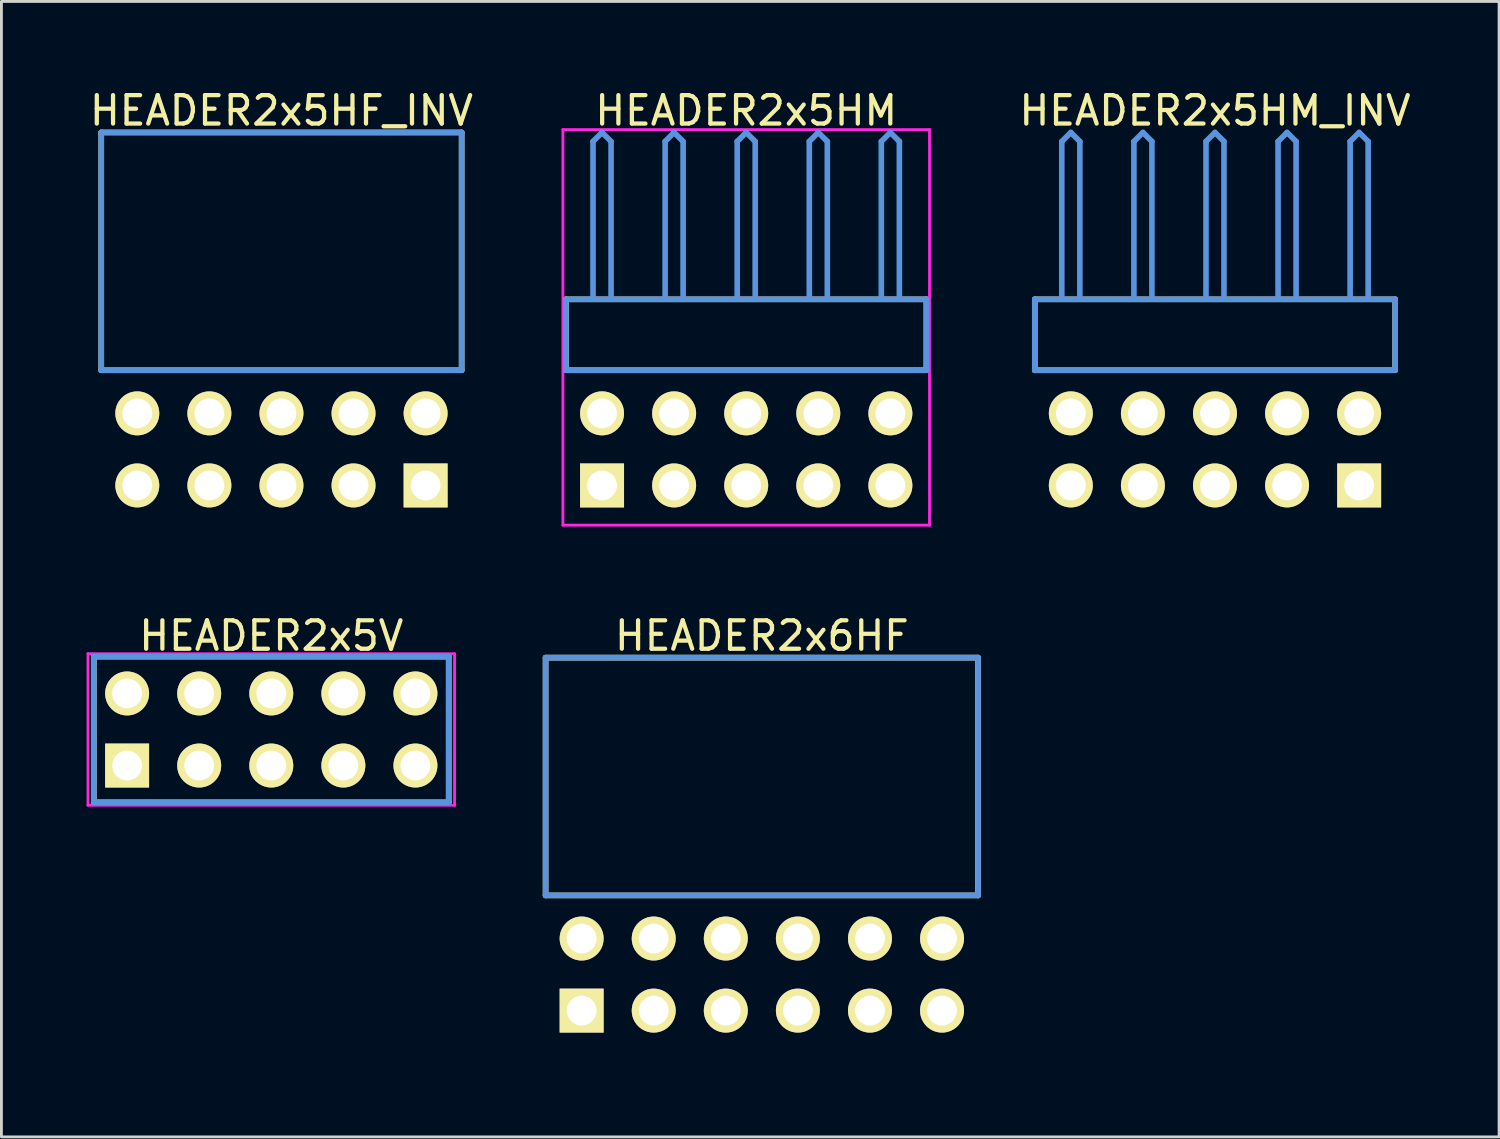
<source format=kicad_pcb>
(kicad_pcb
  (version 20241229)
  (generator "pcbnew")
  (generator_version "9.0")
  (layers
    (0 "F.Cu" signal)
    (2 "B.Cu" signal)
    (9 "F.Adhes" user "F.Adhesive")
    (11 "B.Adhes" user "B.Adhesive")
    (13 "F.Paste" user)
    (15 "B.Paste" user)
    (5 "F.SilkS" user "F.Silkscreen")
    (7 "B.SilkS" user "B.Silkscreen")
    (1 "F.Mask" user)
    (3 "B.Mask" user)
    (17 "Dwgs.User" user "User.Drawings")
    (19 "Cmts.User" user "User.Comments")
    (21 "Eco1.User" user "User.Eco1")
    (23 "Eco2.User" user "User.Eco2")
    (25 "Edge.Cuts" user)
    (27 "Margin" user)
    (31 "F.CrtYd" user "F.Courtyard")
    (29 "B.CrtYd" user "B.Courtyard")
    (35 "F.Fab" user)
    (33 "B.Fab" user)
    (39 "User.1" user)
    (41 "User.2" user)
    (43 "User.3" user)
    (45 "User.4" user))
  (footprint "HEADER2x5HF_INV"
    (layer "F.Cu")
    (at 1.788 14.056)
    (property "Reference" "HEADER2x5HF_INV" (at 5.08 -13.208 0) (layer "F.SilkS") (effects (font (size 1.001 1.001) (thickness 0.15))))
    (attr through_hole)
    (fp_line (start -1.27 -12.438) (end -1.27 -4.059) (stroke (width 0.198) (type solid)) (layer "F.SilkS"))
    (fp_line (start -1.27 -4.059) (end 11.43 -4.059) (stroke (width 0.198) (type solid)) (layer "F.SilkS"))
    (fp_line (start 11.43 -12.438) (end -1.27 -12.438) (stroke (width 0.198) (type solid)) (layer "F.SilkS"))
    (fp_line (start 11.43 -4.059) (end 11.43 -12.438) (stroke (width 0.198) (type solid)) (layer "F.SilkS"))
    (fp_line (start -1.27 -12.438) (end -1.27 -4.059) (stroke (width 0.198) (type solid)) (layer "Cmts.User"))
    (fp_line (start -1.27 -4.059) (end 11.43 -4.059) (stroke (width 0.198) (type solid)) (layer "Cmts.User"))
    (fp_line (start 11.43 -12.438) (end -1.27 -12.438) (stroke (width 0.198) (type solid)) (layer "Cmts.User"))
    (fp_line (start 11.43 -4.059) (end 11.43 -12.438) (stroke (width 0.198) (type solid)) (layer "Cmts.User"))
    (fp_line (start -1.379 -12.54) (end 11.539 -12.54) (stroke (width 0.099) (type solid)) (layer "Eco1.User"))
    (fp_line (start -1.379 1.4) (end -1.379 -12.54) (stroke (width 0.099) (type solid)) (layer "Eco1.User"))
    (fp_line (start 11.539 -12.54) (end 11.539 1.4) (stroke (width 0.099) (type solid)) (layer "Eco1.User"))
    (fp_line (start 11.539 1.4) (end -1.379 1.4) (stroke (width 0.099) (type solid)) (layer "Eco1.User"))
    (pad "1" thru_hole rect (at 10.16 0) (size 1.549 1.549) (drill 1.049) (layers "*.Cu" "*.Mask" "F.SilkS"))
    (pad "2" thru_hole circle (at 10.16 -2.54) (size 1.549 1.549) (drill 1.049) (layers "*.Cu" "*.Mask" "F.SilkS"))
    (pad "3" thru_hole circle (at 7.62 0) (size 1.549 1.549) (drill 1.049) (layers "*.Cu" "*.Mask" "F.SilkS"))
    (pad "4" thru_hole circle (at 7.62 -2.54) (size 1.549 1.549) (drill 1.049) (layers "*.Cu" "*.Mask" "F.SilkS"))
    (pad "5" thru_hole circle (at 5.08 0) (size 1.549 1.549) (drill 1.049) (layers "*.Cu" "*.Mask" "F.SilkS"))
    (pad "6" thru_hole circle (at 5.08 -2.54) (size 1.549 1.549) (drill 1.049) (layers "*.Cu" "*.Mask" "F.SilkS"))
    (pad "7" thru_hole circle (at 2.54 0) (size 1.549 1.549) (drill 1.049) (layers "*.Cu" "*.Mask" "F.SilkS"))
    (pad "8" thru_hole circle (at 2.54 -2.54) (size 1.549 1.549) (drill 1.049) (layers "*.Cu" "*.Mask" "F.SilkS"))
    (pad "9" thru_hole circle (at 0 0) (size 1.549 1.549) (drill 1.049) (layers "*.Cu" "*.Mask" "F.SilkS"))
    (pad "10" thru_hole circle (at 0 -2.54) (size 1.549 1.549) (drill 1.049) (layers "*.Cu" "*.Mask" "F.SilkS")))
  (footprint "HEADER2x5HM_INV"
    (layer "F.Cu")
    (at 34.684 14.056)
    (property "Reference" "HEADER2x5HM_INV" (at 5.08 -13.208 0) (layer "F.SilkS") (effects (font (size 1.001 1.001) (thickness 0.15))))
    (attr through_hole)
    (fp_line (start -1.27 -6.558) (end -1.27 -4.059) (stroke (width 0.198) (type solid)) (layer "F.SilkS"))
    (fp_line (start -1.27 -4.059) (end 11.43 -4.059) (stroke (width 0.198) (type solid)) (layer "F.SilkS"))
    (fp_line (start 11.43 -6.558) (end -1.27 -6.558) (stroke (width 0.198) (type solid)) (layer "F.SilkS"))
    (fp_line (start 11.43 -4.059) (end 11.43 -6.558) (stroke (width 0.198) (type solid)) (layer "F.SilkS"))
    (fp_line (start -1.27 -6.558) (end -1.27 -4.059) (stroke (width 0.198) (type solid)) (layer "Cmts.User"))
    (fp_line (start -1.27 -4.059) (end 11.43 -4.059) (stroke (width 0.198) (type solid)) (layer "Cmts.User"))
    (fp_line (start -0.318 -12.121) (end 0 -12.438) (stroke (width 0.198) (type solid)) (layer "Cmts.User"))
    (fp_line (start -0.318 -6.599) (end -0.318 -12.121) (stroke (width 0.198) (type solid)) (layer "Cmts.User"))
    (fp_line (start 0.318 -12.121) (end 0 -12.438) (stroke (width 0.198) (type solid)) (layer "Cmts.User"))
    (fp_line (start 0.318 -6.599) (end 0.318 -12.121) (stroke (width 0.198) (type solid)) (layer "Cmts.User"))
    (fp_line (start 2.223 -12.121) (end 2.54 -12.438) (stroke (width 0.198) (type solid)) (layer "Cmts.User"))
    (fp_line (start 2.223 -6.599) (end 2.223 -12.121) (stroke (width 0.198) (type solid)) (layer "Cmts.User"))
    (fp_line (start 2.857 -12.121) (end 2.54 -12.438) (stroke (width 0.198) (type solid)) (layer "Cmts.User"))
    (fp_line (start 2.857 -6.599) (end 2.857 -12.121) (stroke (width 0.198) (type solid)) (layer "Cmts.User"))
    (fp_line (start 4.763 -12.121) (end 5.08 -12.438) (stroke (width 0.198) (type solid)) (layer "Cmts.User"))
    (fp_line (start 4.763 -6.599) (end 4.763 -12.121) (stroke (width 0.198) (type solid)) (layer "Cmts.User"))
    (fp_line (start 5.397 -12.121) (end 5.08 -12.438) (stroke (width 0.198) (type solid)) (layer "Cmts.User"))
    (fp_line (start 5.397 -6.599) (end 5.397 -12.121) (stroke (width 0.198) (type solid)) (layer "Cmts.User"))
    (fp_line (start 7.303 -12.121) (end 7.62 -12.438) (stroke (width 0.198) (type solid)) (layer "Cmts.User"))
    (fp_line (start 7.303 -6.599) (end 7.303 -12.121) (stroke (width 0.198) (type solid)) (layer "Cmts.User"))
    (fp_line (start 7.938 -12.121) (end 7.62 -12.438) (stroke (width 0.198) (type solid)) (layer "Cmts.User"))
    (fp_line (start 7.938 -6.599) (end 7.938 -12.121) (stroke (width 0.198) (type solid)) (layer "Cmts.User"))
    (fp_line (start 9.842 -12.121) (end 10.16 -12.438) (stroke (width 0.198) (type solid)) (layer "Cmts.User"))
    (fp_line (start 9.842 -6.599) (end 9.842 -12.121) (stroke (width 0.198) (type solid)) (layer "Cmts.User"))
    (fp_line (start 10.477 -12.121) (end 10.16 -12.438) (stroke (width 0.198) (type solid)) (layer "Cmts.User"))
    (fp_line (start 10.477 -6.599) (end 10.477 -12.121) (stroke (width 0.198) (type solid)) (layer "Cmts.User"))
    (fp_line (start 11.43 -6.558) (end -1.27 -6.558) (stroke (width 0.198) (type solid)) (layer "Cmts.User"))
    (fp_line (start 11.43 -4.059) (end 11.43 -6.558) (stroke (width 0.198) (type solid)) (layer "Cmts.User"))
    (fp_line (start -1.379 -12.54) (end 11.539 -12.54) (stroke (width 0.099) (type solid)) (layer "Eco1.User"))
    (fp_line (start -1.379 1.4) (end -1.379 -12.54) (stroke (width 0.099) (type solid)) (layer "Eco1.User"))
    (fp_line (start 11.539 -12.54) (end 11.539 1.4) (stroke (width 0.099) (type solid)) (layer "Eco1.User"))
    (fp_line (start 11.539 1.4) (end -1.379 1.4) (stroke (width 0.099) (type solid)) (layer "Eco1.User"))
    (pad "1" thru_hole rect (at 10.16 0) (size 1.549 1.549) (drill 1.049) (layers "*.Cu" "*.Mask" "F.SilkS"))
    (pad "2" thru_hole circle (at 10.16 -2.54) (size 1.549 1.549) (drill 1.049) (layers "*.Cu" "*.Mask" "F.SilkS"))
    (pad "3" thru_hole circle (at 7.62 0) (size 1.549 1.549) (drill 1.049) (layers "*.Cu" "*.Mask" "F.SilkS"))
    (pad "4" thru_hole circle (at 7.62 -2.54) (size 1.549 1.549) (drill 1.049) (layers "*.Cu" "*.Mask" "F.SilkS"))
    (pad "5" thru_hole circle (at 5.08 0) (size 1.549 1.549) (drill 1.049) (layers "*.Cu" "*.Mask" "F.SilkS"))
    (pad "6" thru_hole circle (at 5.08 -2.54) (size 1.549 1.549) (drill 1.049) (layers "*.Cu" "*.Mask" "F.SilkS"))
    (pad "7" thru_hole circle (at 2.54 0) (size 1.549 1.549) (drill 1.049) (layers "*.Cu" "*.Mask" "F.SilkS"))
    (pad "8" thru_hole circle (at 2.54 -2.54) (size 1.549 1.549) (drill 1.049) (layers "*.Cu" "*.Mask" "F.SilkS"))
    (pad "9" thru_hole circle (at 0 0) (size 1.549 1.549) (drill 1.049) (layers "*.Cu" "*.Mask" "F.SilkS"))
    (pad "10" thru_hole circle (at 0 -2.54) (size 1.549 1.549) (drill 1.049) (layers "*.Cu" "*.Mask" "F.SilkS")))
  (footprint "HEADER2x6HF"
    (layer "F.Cu")
    (at 17.446 32.562)
    (property "Reference" "HEADER2x6HF" (at 6.35 -13.208 0) (layer "F.SilkS") (effects (font (size 1.001 1.001) (thickness 0.15))))
    (attr through_hole)
    (fp_line (start -1.27 -12.438) (end -1.27 -4.059) (stroke (width 0.198) (type solid)) (layer "F.SilkS"))
    (fp_line (start -1.27 -4.059) (end 13.97 -4.059) (stroke (width 0.198) (type solid)) (layer "F.SilkS"))
    (fp_line (start 13.97 -12.438) (end -1.27 -12.438) (stroke (width 0.198) (type solid)) (layer "F.SilkS"))
    (fp_line (start 13.97 -4.059) (end 13.97 -12.438) (stroke (width 0.198) (type solid)) (layer "F.SilkS"))
    (fp_line (start -1.27 -12.438) (end -1.27 -4.059) (stroke (width 0.198) (type solid)) (layer "Cmts.User"))
    (fp_line (start -1.27 -4.059) (end 13.97 -4.059) (stroke (width 0.198) (type solid)) (layer "Cmts.User"))
    (fp_line (start 13.97 -12.438) (end -1.27 -12.438) (stroke (width 0.198) (type solid)) (layer "Cmts.User"))
    (fp_line (start 13.97 -4.059) (end 13.97 -12.438) (stroke (width 0.198) (type solid)) (layer "Cmts.User"))
    (fp_line (start -1.379 -12.54) (end 14.079 -12.54) (stroke (width 0.099) (type solid)) (layer "Eco1.User"))
    (fp_line (start -1.379 1.4) (end -1.379 -12.54) (stroke (width 0.099) (type solid)) (layer "Eco1.User"))
    (fp_line (start 14.079 -12.54) (end 14.079 1.4) (stroke (width 0.099) (type solid)) (layer "Eco1.User"))
    (fp_line (start 14.079 1.4) (end -1.379 1.4) (stroke (width 0.099) (type solid)) (layer "Eco1.User"))
    (pad "1" thru_hole rect (at 0 0) (size 1.549 1.549) (drill 1.049) (layers "*.Cu" "*.Mask" "F.SilkS"))
    (pad "2" thru_hole circle (at 0 -2.54) (size 1.549 1.549) (drill 1.049) (layers "*.Cu" "*.Mask" "F.SilkS"))
    (pad "3" thru_hole circle (at 2.54 0) (size 1.549 1.549) (drill 1.049) (layers "*.Cu" "*.Mask" "F.SilkS"))
    (pad "4" thru_hole circle (at 2.54 -2.54) (size 1.549 1.549) (drill 1.049) (layers "*.Cu" "*.Mask" "F.SilkS"))
    (pad "5" thru_hole circle (at 5.08 0) (size 1.549 1.549) (drill 1.049) (layers "*.Cu" "*.Mask" "F.SilkS"))
    (pad "6" thru_hole circle (at 5.08 -2.54) (size 1.549 1.549) (drill 1.049) (layers "*.Cu" "*.Mask" "F.SilkS"))
    (pad "7" thru_hole circle (at 7.62 0) (size 1.549 1.549) (drill 1.049) (layers "*.Cu" "*.Mask" "F.SilkS"))
    (pad "8" thru_hole circle (at 7.62 -2.54) (size 1.549 1.549) (drill 1.049) (layers "*.Cu" "*.Mask" "F.SilkS"))
    (pad "9" thru_hole circle (at 10.16 0) (size 1.549 1.549) (drill 1.049) (layers "*.Cu" "*.Mask" "F.SilkS"))
    (pad "10" thru_hole circle (at 10.16 -2.54) (size 1.549 1.549) (drill 1.049) (layers "*.Cu" "*.Mask" "F.SilkS"))
    (pad "11" thru_hole circle (at 12.7 0) (size 1.549 1.549) (drill 1.049) (layers "*.Cu" "*.Mask" "F.SilkS"))
    (pad "12" thru_hole circle (at 12.7 -2.54) (size 1.549 1.549) (drill 1.049) (layers "*.Cu" "*.Mask" "F.SilkS")))
  (footprint "HEADER2x5V"
    (layer "F.Cu")
    (at 1.429 23.926)
    (property "Reference" "HEADER2x5V" (at 5.08 -4.572 0) (layer "F.SilkS") (effects (font (size 1.001 1.001) (thickness 0.15))))
    (attr through_hole)
    (fp_line (start -1.173 -3.838) (end -1.173 1.298) (stroke (width 0.198) (type solid)) (layer "F.SilkS"))
    (fp_line (start -1.173 1.298) (end 11.333 1.298) (stroke (width 0.198) (type solid)) (layer "F.SilkS"))
    (fp_line (start 11.333 -3.838) (end -1.173 -3.838) (stroke (width 0.198) (type solid)) (layer "F.SilkS"))
    (fp_line (start 11.333 1.298) (end 11.333 -3.838) (stroke (width 0.198) (type solid)) (layer "F.SilkS"))
    (fp_line (start -1.173 -3.838) (end -1.173 1.298) (stroke (width 0.198) (type solid)) (layer "Cmts.User"))
    (fp_line (start -1.173 1.298) (end 11.333 1.298) (stroke (width 0.198) (type solid)) (layer "Cmts.User"))
    (fp_line (start 11.333 -3.838) (end -1.173 -3.838) (stroke (width 0.198) (type solid)) (layer "Cmts.User"))
    (fp_line (start 11.333 1.298) (end 11.333 -3.838) (stroke (width 0.198) (type solid)) (layer "Cmts.User"))
    (fp_line (start -1.379 -3.94) (end -1.379 1.4) (stroke (width 0.099) (type solid)) (layer "F.CrtYd"))
    (fp_line (start -1.379 1.4) (end 11.539 1.4) (stroke (width 0.099) (type solid)) (layer "F.CrtYd"))
    (fp_line (start 11.539 -3.94) (end -1.379 -3.94) (stroke (width 0.099) (type solid)) (layer "F.CrtYd"))
    (fp_line (start 11.539 1.4) (end 11.539 -3.94) (stroke (width 0.099) (type solid)) (layer "F.CrtYd"))
    (pad "1" thru_hole rect (at 0 0) (size 1.549 1.549) (drill 1.049) (layers "*.Cu" "*.Mask" "F.SilkS"))
    (pad "2" thru_hole circle (at 0 -2.54) (size 1.549 1.549) (drill 1.049) (layers "*.Cu" "*.Mask" "F.SilkS"))
    (pad "3" thru_hole circle (at 2.54 0) (size 1.549 1.549) (drill 1.049) (layers "*.Cu" "*.Mask" "F.SilkS"))
    (pad "4" thru_hole circle (at 2.54 -2.54) (size 1.549 1.549) (drill 1.049) (layers "*.Cu" "*.Mask" "F.SilkS"))
    (pad "5" thru_hole circle (at 5.08 0) (size 1.549 1.549) (drill 1.049) (layers "*.Cu" "*.Mask" "F.SilkS"))
    (pad "6" thru_hole circle (at 5.08 -2.54) (size 1.549 1.549) (drill 1.049) (layers "*.Cu" "*.Mask" "F.SilkS"))
    (pad "7" thru_hole circle (at 7.62 0) (size 1.549 1.549) (drill 1.049) (layers "*.Cu" "*.Mask" "F.SilkS"))
    (pad "8" thru_hole circle (at 7.62 -2.54) (size 1.549 1.549) (drill 1.049) (layers "*.Cu" "*.Mask" "F.SilkS"))
    (pad "9" thru_hole circle (at 10.16 0) (size 1.549 1.549) (drill 1.049) (layers "*.Cu" "*.Mask" "F.SilkS"))
    (pad "10" thru_hole circle (at 10.16 -2.54) (size 1.549 1.549) (drill 1.049) (layers "*.Cu" "*.Mask" "F.SilkS")))
  (footprint "HEADER2x5HM"
    (layer "F.Cu")
    (at 18.165 14.056)
    (property "Reference" "HEADER2x5HM" (at 5.08 -13.208 0) (layer "F.SilkS") (effects (font (size 1.001 1.001) (thickness 0.15))))
    (attr through_hole)
    (fp_line (start -1.27 -6.558) (end -1.27 -4.059) (stroke (width 0.198) (type solid)) (layer "F.SilkS"))
    (fp_line (start -1.27 -4.059) (end 11.43 -4.059) (stroke (width 0.198) (type solid)) (layer "F.SilkS"))
    (fp_line (start 11.43 -6.558) (end -1.27 -6.558) (stroke (width 0.198) (type solid)) (layer "F.SilkS"))
    (fp_line (start 11.43 -4.059) (end 11.43 -6.558) (stroke (width 0.198) (type solid)) (layer "F.SilkS"))
    (fp_line (start -1.27 -6.558) (end -1.27 -4.059) (stroke (width 0.198) (type solid)) (layer "Cmts.User"))
    (fp_line (start -1.27 -4.059) (end 11.43 -4.059) (stroke (width 0.198) (type solid)) (layer "Cmts.User"))
    (fp_line (start -0.318 -12.121) (end 0 -12.438) (stroke (width 0.198) (type solid)) (layer "Cmts.User"))
    (fp_line (start -0.318 -6.599) (end -0.318 -12.121) (stroke (width 0.198) (type solid)) (layer "Cmts.User"))
    (fp_line (start 0.318 -12.121) (end 0 -12.438) (stroke (width 0.198) (type solid)) (layer "Cmts.User"))
    (fp_line (start 0.318 -6.599) (end 0.318 -12.121) (stroke (width 0.198) (type solid)) (layer "Cmts.User"))
    (fp_line (start 2.223 -12.121) (end 2.54 -12.438) (stroke (width 0.198) (type solid)) (layer "Cmts.User"))
    (fp_line (start 2.223 -6.599) (end 2.223 -12.121) (stroke (width 0.198) (type solid)) (layer "Cmts.User"))
    (fp_line (start 2.857 -12.121) (end 2.54 -12.438) (stroke (width 0.198) (type solid)) (layer "Cmts.User"))
    (fp_line (start 2.857 -6.599) (end 2.857 -12.121) (stroke (width 0.198) (type solid)) (layer "Cmts.User"))
    (fp_line (start 4.763 -12.121) (end 5.08 -12.438) (stroke (width 0.198) (type solid)) (layer "Cmts.User"))
    (fp_line (start 4.763 -6.599) (end 4.763 -12.121) (stroke (width 0.198) (type solid)) (layer "Cmts.User"))
    (fp_line (start 5.397 -12.121) (end 5.08 -12.438) (stroke (width 0.198) (type solid)) (layer "Cmts.User"))
    (fp_line (start 5.397 -6.599) (end 5.397 -12.121) (stroke (width 0.198) (type solid)) (layer "Cmts.User"))
    (fp_line (start 7.303 -12.121) (end 7.62 -12.438) (stroke (width 0.198) (type solid)) (layer "Cmts.User"))
    (fp_line (start 7.303 -6.599) (end 7.303 -12.121) (stroke (width 0.198) (type solid)) (layer "Cmts.User"))
    (fp_line (start 7.938 -12.121) (end 7.62 -12.438) (stroke (width 0.198) (type solid)) (layer "Cmts.User"))
    (fp_line (start 7.938 -6.599) (end 7.938 -12.121) (stroke (width 0.198) (type solid)) (layer "Cmts.User"))
    (fp_line (start 9.842 -12.121) (end 10.16 -12.438) (stroke (width 0.198) (type solid)) (layer "Cmts.User"))
    (fp_line (start 9.842 -6.599) (end 9.842 -12.121) (stroke (width 0.198) (type solid)) (layer "Cmts.User"))
    (fp_line (start 10.477 -12.121) (end 10.16 -12.438) (stroke (width 0.198) (type solid)) (layer "Cmts.User"))
    (fp_line (start 10.477 -6.599) (end 10.477 -12.121) (stroke (width 0.198) (type solid)) (layer "Cmts.User"))
    (fp_line (start 11.43 -6.558) (end -1.27 -6.558) (stroke (width 0.198) (type solid)) (layer "Cmts.User"))
    (fp_line (start 11.43 -4.059) (end 11.43 -6.558) (stroke (width 0.198) (type solid)) (layer "Cmts.User"))
    (fp_line (start -1.379 -12.54) (end 11.539 -12.54) (stroke (width 0.099) (type solid)) (layer "F.CrtYd"))
    (fp_line (start -1.379 1.4) (end -1.379 -12.54) (stroke (width 0.099) (type solid)) (layer "F.CrtYd"))
    (fp_line (start 11.539 -12.54) (end 11.539 1.4) (stroke (width 0.099) (type solid)) (layer "F.CrtYd"))
    (fp_line (start 11.539 1.4) (end -1.379 1.4) (stroke (width 0.099) (type solid)) (layer "F.CrtYd"))
    (pad "1" thru_hole rect (at 0 0) (size 1.549 1.549) (drill 1.049) (layers "*.Cu" "*.Mask" "F.SilkS"))
    (pad "2" thru_hole circle (at 0 -2.54) (size 1.549 1.549) (drill 1.049) (layers "*.Cu" "*.Mask" "F.SilkS"))
    (pad "3" thru_hole circle (at 2.54 0) (size 1.549 1.549) (drill 1.049) (layers "*.Cu" "*.Mask" "F.SilkS"))
    (pad "4" thru_hole circle (at 2.54 -2.54) (size 1.549 1.549) (drill 1.049) (layers "*.Cu" "*.Mask" "F.SilkS"))
    (pad "5" thru_hole circle (at 5.08 0) (size 1.549 1.549) (drill 1.049) (layers "*.Cu" "*.Mask" "F.SilkS"))
    (pad "6" thru_hole circle (at 5.08 -2.54) (size 1.549 1.549) (drill 1.049) (layers "*.Cu" "*.Mask" "F.SilkS"))
    (pad "7" thru_hole circle (at 7.62 0) (size 1.549 1.549) (drill 1.049) (layers "*.Cu" "*.Mask" "F.SilkS"))
    (pad "8" thru_hole circle (at 7.62 -2.54) (size 1.549 1.549) (drill 1.049) (layers "*.Cu" "*.Mask" "F.SilkS"))
    (pad "9" thru_hole circle (at 10.16 0) (size 1.549 1.549) (drill 1.049) (layers "*.Cu" "*.Mask" "F.SilkS"))
    (pad "10" thru_hole circle (at 10.16 -2.54) (size 1.549 1.549) (drill 1.049) (layers "*.Cu" "*.Mask" "F.SilkS")))
  (gr_rect
    (start -3 -3)
    (end 49.775 37.011)
    (stroke (width 0.1) (type default))
    (fill no)
    (layer "Edge.Cuts")))
</source>
